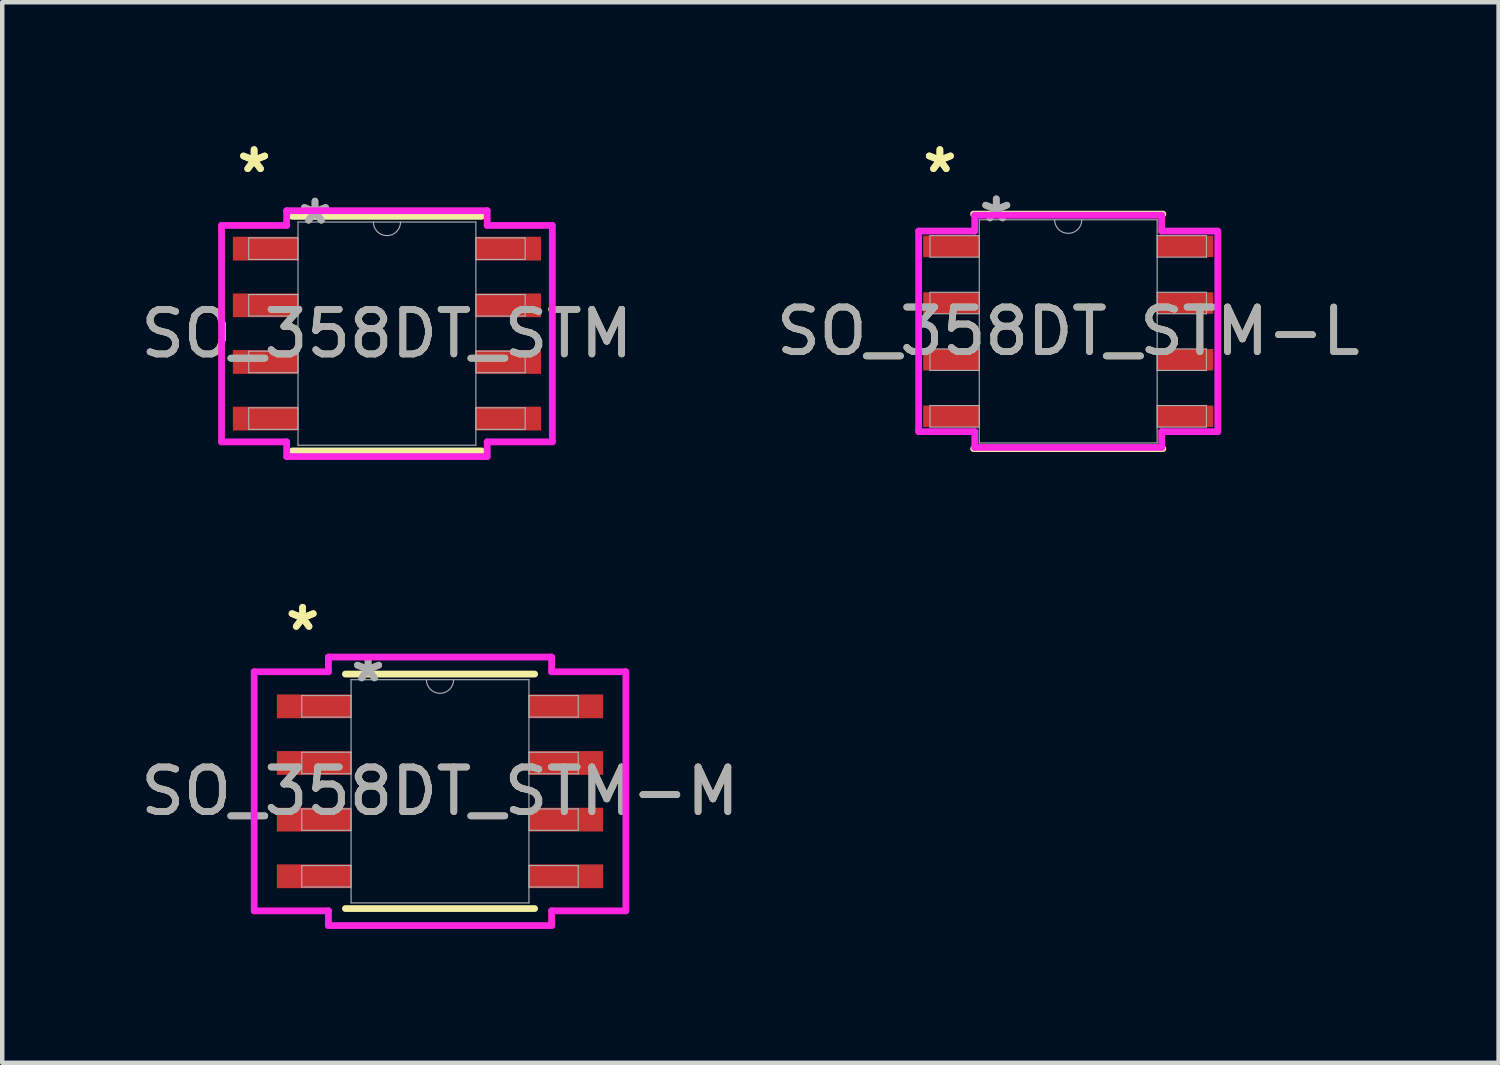
<source format=kicad_pcb>
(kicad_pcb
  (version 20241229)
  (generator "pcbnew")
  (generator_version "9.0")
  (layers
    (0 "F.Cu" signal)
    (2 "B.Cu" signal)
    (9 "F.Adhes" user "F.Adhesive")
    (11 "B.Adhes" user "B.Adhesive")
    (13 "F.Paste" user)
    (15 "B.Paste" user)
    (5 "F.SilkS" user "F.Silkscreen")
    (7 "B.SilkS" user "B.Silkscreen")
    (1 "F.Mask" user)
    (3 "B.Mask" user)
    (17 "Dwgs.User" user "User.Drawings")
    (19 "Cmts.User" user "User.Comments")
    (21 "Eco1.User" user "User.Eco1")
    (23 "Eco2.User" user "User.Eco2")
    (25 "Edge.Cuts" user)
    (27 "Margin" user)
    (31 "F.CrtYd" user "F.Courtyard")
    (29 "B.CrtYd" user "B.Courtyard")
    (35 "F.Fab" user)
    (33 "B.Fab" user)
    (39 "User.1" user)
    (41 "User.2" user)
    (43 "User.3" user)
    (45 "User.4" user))
  (footprint "SO_358DT_STM-M"
    (layer "F.Cu")
    (at 6.815 14.691)
    (property "Reference" "SO_358DT_STM-M" (at 0 0 0) (unlocked yes) (layer "F.SilkS") (effects (font (size 1 1) (thickness 0.15))))
    (attr smd)
    (fp_line (start -2.121 2.629) (end 2.121 2.629) (stroke (width 0.152) (type solid)) (layer "F.SilkS"))
    (fp_line (start 2.121 -2.629) (end -2.121 -2.629) (stroke (width 0.152) (type solid)) (layer "F.SilkS"))
    (fp_line (start -4.166 -2.68) (end -2.502 -2.68) (stroke (width 0.152) (type solid)) (layer "F.CrtYd"))
    (fp_line (start -4.166 2.68) (end -4.166 -2.68) (stroke (width 0.152) (type solid)) (layer "F.CrtYd"))
    (fp_line (start -4.166 2.68) (end -2.502 2.68) (stroke (width 0.152) (type solid)) (layer "F.CrtYd"))
    (fp_line (start -2.502 -3.01) (end 2.502 -3.01) (stroke (width 0.152) (type solid)) (layer "F.CrtYd"))
    (fp_line (start -2.502 -2.68) (end -2.502 -3.01) (stroke (width 0.152) (type solid)) (layer "F.CrtYd"))
    (fp_line (start -2.502 3.01) (end -2.502 2.68) (stroke (width 0.152) (type solid)) (layer "F.CrtYd"))
    (fp_line (start 2.502 -3.01) (end 2.502 -2.68) (stroke (width 0.152) (type solid)) (layer "F.CrtYd"))
    (fp_line (start 2.502 2.68) (end 2.502 3.01) (stroke (width 0.152) (type solid)) (layer "F.CrtYd"))
    (fp_line (start 2.502 3.01) (end -2.502 3.01) (stroke (width 0.152) (type solid)) (layer "F.CrtYd"))
    (fp_line (start 4.166 -2.68) (end 2.502 -2.68) (stroke (width 0.152) (type solid)) (layer "F.CrtYd"))
    (fp_line (start 4.166 -2.68) (end 4.166 2.68) (stroke (width 0.152) (type solid)) (layer "F.CrtYd"))
    (fp_line (start 4.166 2.68) (end 2.502 2.68) (stroke (width 0.152) (type solid)) (layer "F.CrtYd"))
    (fp_line (start -3.099 -2.146) (end -3.099 -1.664) (stroke (width 0.025) (type solid)) (layer "F.Fab"))
    (fp_line (start -3.099 -1.664) (end -1.994 -1.664) (stroke (width 0.025) (type solid)) (layer "F.Fab"))
    (fp_line (start -3.099 -0.876) (end -3.099 -0.394) (stroke (width 0.025) (type solid)) (layer "F.Fab"))
    (fp_line (start -3.099 -0.394) (end -1.994 -0.394) (stroke (width 0.025) (type solid)) (layer "F.Fab"))
    (fp_line (start -3.099 0.394) (end -3.099 0.876) (stroke (width 0.025) (type solid)) (layer "F.Fab"))
    (fp_line (start -3.099 0.876) (end -1.994 0.876) (stroke (width 0.025) (type solid)) (layer "F.Fab"))
    (fp_line (start -3.099 1.664) (end -3.099 2.146) (stroke (width 0.025) (type solid)) (layer "F.Fab"))
    (fp_line (start -3.099 2.146) (end -1.994 2.146) (stroke (width 0.025) (type solid)) (layer "F.Fab"))
    (fp_line (start -1.994 -2.502) (end -1.994 2.502) (stroke (width 0.025) (type solid)) (layer "F.Fab"))
    (fp_line (start -1.994 -2.146) (end -3.099 -2.146) (stroke (width 0.025) (type solid)) (layer "F.Fab"))
    (fp_line (start -1.994 -1.664) (end -1.994 -2.146) (stroke (width 0.025) (type solid)) (layer "F.Fab"))
    (fp_line (start -1.994 -0.876) (end -3.099 -0.876) (stroke (width 0.025) (type solid)) (layer "F.Fab"))
    (fp_line (start -1.994 -0.394) (end -1.994 -0.876) (stroke (width 0.025) (type solid)) (layer "F.Fab"))
    (fp_line (start -1.994 0.394) (end -3.099 0.394) (stroke (width 0.025) (type solid)) (layer "F.Fab"))
    (fp_line (start -1.994 0.876) (end -1.994 0.394) (stroke (width 0.025) (type solid)) (layer "F.Fab"))
    (fp_line (start -1.994 1.664) (end -3.099 1.664) (stroke (width 0.025) (type solid)) (layer "F.Fab"))
    (fp_line (start -1.994 2.146) (end -1.994 1.664) (stroke (width 0.025) (type solid)) (layer "F.Fab"))
    (fp_line (start -1.994 2.502) (end 1.994 2.502) (stroke (width 0.025) (type solid)) (layer "F.Fab"))
    (fp_line (start 1.994 -2.502) (end -1.994 -2.502) (stroke (width 0.025) (type solid)) (layer "F.Fab"))
    (fp_line (start 1.994 -2.146) (end 1.994 -1.664) (stroke (width 0.025) (type solid)) (layer "F.Fab"))
    (fp_line (start 1.994 -1.664) (end 3.099 -1.664) (stroke (width 0.025) (type solid)) (layer "F.Fab"))
    (fp_line (start 1.994 -0.876) (end 1.994 -0.394) (stroke (width 0.025) (type solid)) (layer "F.Fab"))
    (fp_line (start 1.994 -0.394) (end 3.099 -0.394) (stroke (width 0.025) (type solid)) (layer "F.Fab"))
    (fp_line (start 1.994 0.394) (end 1.994 0.876) (stroke (width 0.025) (type solid)) (layer "F.Fab"))
    (fp_line (start 1.994 0.876) (end 3.099 0.876) (stroke (width 0.025) (type solid)) (layer "F.Fab"))
    (fp_line (start 1.994 1.664) (end 1.994 2.146) (stroke (width 0.025) (type solid)) (layer "F.Fab"))
    (fp_line (start 1.994 2.146) (end 3.099 2.146) (stroke (width 0.025) (type solid)) (layer "F.Fab"))
    (fp_line (start 1.994 2.502) (end 1.994 -2.502) (stroke (width 0.025) (type solid)) (layer "F.Fab"))
    (fp_line (start 3.099 -2.146) (end 1.994 -2.146) (stroke (width 0.025) (type solid)) (layer "F.Fab"))
    (fp_line (start 3.099 -1.664) (end 3.099 -2.146) (stroke (width 0.025) (type solid)) (layer "F.Fab"))
    (fp_line (start 3.099 -0.876) (end 1.994 -0.876) (stroke (width 0.025) (type solid)) (layer "F.Fab"))
    (fp_line (start 3.099 -0.394) (end 3.099 -0.876) (stroke (width 0.025) (type solid)) (layer "F.Fab"))
    (fp_line (start 3.099 0.394) (end 1.994 0.394) (stroke (width 0.025) (type solid)) (layer "F.Fab"))
    (fp_line (start 3.099 0.876) (end 3.099 0.394) (stroke (width 0.025) (type solid)) (layer "F.Fab"))
    (fp_line (start 3.099 1.664) (end 1.994 1.664) (stroke (width 0.025) (type solid)) (layer "F.Fab"))
    (fp_line (start 3.099 2.146) (end 3.099 1.664) (stroke (width 0.025) (type solid)) (layer "F.Fab"))
    (fp_arc (start 0.3048 -2.5019) (mid 0 -2.1971) (end -0.3048 -2.5019) (stroke (width 0.0254) (type solid)) (layer "F.Fab"))
    (fp_text user "*" (at -3.08 -3.581 0) (unlocked yes) (layer "F.SilkS") (effects (font (size 1 1) (thickness 0.15))))
    (fp_text user "*" (at -3.08 -3.581 0) (layer "F.SilkS") (effects (font (size 1 1) (thickness 0.15))))
    (fp_text user "*" (at -1.613 -2.426 0) (layer "F.Fab") (effects (font (size 1 1) (thickness 0.15))))
    (fp_text user "*" (at -1.613 -2.426 0) (unlocked yes) (layer "F.Fab") (effects (font (size 1 1) (thickness 0.15))))
    (fp_text user "${REFERENCE}" (at 0 0 0) (unlocked yes) (layer "F.Fab") (effects (font (size 1 1) (thickness 0.15))))
    (pad "1" smd rect (at -2.826 -1.905) (size 1.664 0.533) (layers "F.Cu" "F.Mask" "F.Paste"))
    (pad "2" smd rect (at -2.826 -0.635) (size 1.664 0.533) (layers "F.Cu" "F.Mask" "F.Paste"))
    (pad "3" smd rect (at -2.826 0.635) (size 1.664 0.533) (layers "F.Cu" "F.Mask" "F.Paste"))
    (pad "4" smd rect (at -2.826 1.905) (size 1.664 0.533) (layers "F.Cu" "F.Mask" "F.Paste"))
    (pad "5" smd rect (at 2.826 1.905) (size 1.664 0.533) (layers "F.Cu" "F.Mask" "F.Paste"))
    (pad "6" smd rect (at 2.826 0.635) (size 1.664 0.533) (layers "F.Cu" "F.Mask" "F.Paste"))
    (pad "7" smd rect (at 2.826 -0.635) (size 1.664 0.533) (layers "F.Cu" "F.Mask" "F.Paste"))
    (pad "8" smd rect (at 2.826 -1.905) (size 1.664 0.533) (layers "F.Cu" "F.Mask" "F.Paste")))
  (footprint "SO_358DT_STM"
    (layer "F.Cu")
    (at 5.625 4.43)
    (property "Reference" "SO_358DT_STM" (at 0 0 0) (unlocked yes) (layer "F.SilkS") (effects (font (size 1 1) (thickness 0.15))))
    (attr smd)
    (fp_line (start -2.121 2.629) (end 2.121 2.629) (stroke (width 0.152) (type solid)) (layer "F.SilkS"))
    (fp_line (start 2.121 -2.629) (end -2.121 -2.629) (stroke (width 0.152) (type solid)) (layer "F.SilkS"))
    (fp_line (start -3.708 -2.426) (end -2.248 -2.426) (stroke (width 0.152) (type solid)) (layer "F.CrtYd"))
    (fp_line (start -3.708 2.426) (end -3.708 -2.426) (stroke (width 0.152) (type solid)) (layer "F.CrtYd"))
    (fp_line (start -3.708 2.426) (end -2.248 2.426) (stroke (width 0.152) (type solid)) (layer "F.CrtYd"))
    (fp_line (start -2.248 -2.756) (end 2.248 -2.756) (stroke (width 0.152) (type solid)) (layer "F.CrtYd"))
    (fp_line (start -2.248 -2.426) (end -2.248 -2.756) (stroke (width 0.152) (type solid)) (layer "F.CrtYd"))
    (fp_line (start -2.248 2.756) (end -2.248 2.426) (stroke (width 0.152) (type solid)) (layer "F.CrtYd"))
    (fp_line (start 2.248 -2.756) (end 2.248 -2.426) (stroke (width 0.152) (type solid)) (layer "F.CrtYd"))
    (fp_line (start 2.248 2.426) (end 2.248 2.756) (stroke (width 0.152) (type solid)) (layer "F.CrtYd"))
    (fp_line (start 2.248 2.756) (end -2.248 2.756) (stroke (width 0.152) (type solid)) (layer "F.CrtYd"))
    (fp_line (start 3.708 -2.426) (end 2.248 -2.426) (stroke (width 0.152) (type solid)) (layer "F.CrtYd"))
    (fp_line (start 3.708 -2.426) (end 3.708 2.426) (stroke (width 0.152) (type solid)) (layer "F.CrtYd"))
    (fp_line (start 3.708 2.426) (end 2.248 2.426) (stroke (width 0.152) (type solid)) (layer "F.CrtYd"))
    (fp_line (start -3.099 -2.146) (end -3.099 -1.664) (stroke (width 0.025) (type solid)) (layer "F.Fab"))
    (fp_line (start -3.099 -1.664) (end -1.994 -1.664) (stroke (width 0.025) (type solid)) (layer "F.Fab"))
    (fp_line (start -3.099 -0.876) (end -3.099 -0.394) (stroke (width 0.025) (type solid)) (layer "F.Fab"))
    (fp_line (start -3.099 -0.394) (end -1.994 -0.394) (stroke (width 0.025) (type solid)) (layer "F.Fab"))
    (fp_line (start -3.099 0.394) (end -3.099 0.876) (stroke (width 0.025) (type solid)) (layer "F.Fab"))
    (fp_line (start -3.099 0.876) (end -1.994 0.876) (stroke (width 0.025) (type solid)) (layer "F.Fab"))
    (fp_line (start -3.099 1.664) (end -3.099 2.146) (stroke (width 0.025) (type solid)) (layer "F.Fab"))
    (fp_line (start -3.099 2.146) (end -1.994 2.146) (stroke (width 0.025) (type solid)) (layer "F.Fab"))
    (fp_line (start -1.994 -2.502) (end -1.994 2.502) (stroke (width 0.025) (type solid)) (layer "F.Fab"))
    (fp_line (start -1.994 -2.146) (end -3.099 -2.146) (stroke (width 0.025) (type solid)) (layer "F.Fab"))
    (fp_line (start -1.994 -1.664) (end -1.994 -2.146) (stroke (width 0.025) (type solid)) (layer "F.Fab"))
    (fp_line (start -1.994 -0.876) (end -3.099 -0.876) (stroke (width 0.025) (type solid)) (layer "F.Fab"))
    (fp_line (start -1.994 -0.394) (end -1.994 -0.876) (stroke (width 0.025) (type solid)) (layer "F.Fab"))
    (fp_line (start -1.994 0.394) (end -3.099 0.394) (stroke (width 0.025) (type solid)) (layer "F.Fab"))
    (fp_line (start -1.994 0.876) (end -1.994 0.394) (stroke (width 0.025) (type solid)) (layer "F.Fab"))
    (fp_line (start -1.994 1.664) (end -3.099 1.664) (stroke (width 0.025) (type solid)) (layer "F.Fab"))
    (fp_line (start -1.994 2.146) (end -1.994 1.664) (stroke (width 0.025) (type solid)) (layer "F.Fab"))
    (fp_line (start -1.994 2.502) (end 1.994 2.502) (stroke (width 0.025) (type solid)) (layer "F.Fab"))
    (fp_line (start 1.994 -2.502) (end -1.994 -2.502) (stroke (width 0.025) (type solid)) (layer "F.Fab"))
    (fp_line (start 1.994 -2.146) (end 1.994 -1.664) (stroke (width 0.025) (type solid)) (layer "F.Fab"))
    (fp_line (start 1.994 -1.664) (end 3.099 -1.664) (stroke (width 0.025) (type solid)) (layer "F.Fab"))
    (fp_line (start 1.994 -0.876) (end 1.994 -0.394) (stroke (width 0.025) (type solid)) (layer "F.Fab"))
    (fp_line (start 1.994 -0.394) (end 3.099 -0.394) (stroke (width 0.025) (type solid)) (layer "F.Fab"))
    (fp_line (start 1.994 0.394) (end 1.994 0.876) (stroke (width 0.025) (type solid)) (layer "F.Fab"))
    (fp_line (start 1.994 0.876) (end 3.099 0.876) (stroke (width 0.025) (type solid)) (layer "F.Fab"))
    (fp_line (start 1.994 1.664) (end 1.994 2.146) (stroke (width 0.025) (type solid)) (layer "F.Fab"))
    (fp_line (start 1.994 2.146) (end 3.099 2.146) (stroke (width 0.025) (type solid)) (layer "F.Fab"))
    (fp_line (start 1.994 2.502) (end 1.994 -2.502) (stroke (width 0.025) (type solid)) (layer "F.Fab"))
    (fp_line (start 3.099 -2.146) (end 1.994 -2.146) (stroke (width 0.025) (type solid)) (layer "F.Fab"))
    (fp_line (start 3.099 -1.664) (end 3.099 -2.146) (stroke (width 0.025) (type solid)) (layer "F.Fab"))
    (fp_line (start 3.099 -0.876) (end 1.994 -0.876) (stroke (width 0.025) (type solid)) (layer "F.Fab"))
    (fp_line (start 3.099 -0.394) (end 3.099 -0.876) (stroke (width 0.025) (type solid)) (layer "F.Fab"))
    (fp_line (start 3.099 0.394) (end 1.994 0.394) (stroke (width 0.025) (type solid)) (layer "F.Fab"))
    (fp_line (start 3.099 0.876) (end 3.099 0.394) (stroke (width 0.025) (type solid)) (layer "F.Fab"))
    (fp_line (start 3.099 1.664) (end 1.994 1.664) (stroke (width 0.025) (type solid)) (layer "F.Fab"))
    (fp_line (start 3.099 2.146) (end 3.099 1.664) (stroke (width 0.025) (type solid)) (layer "F.Fab"))
    (fp_arc (start 0.3048 -2.5019) (mid 0 -2.1971) (end -0.3048 -2.5019) (stroke (width 0.0254) (type solid)) (layer "F.Fab"))
    (fp_text user "*" (at -2.978 -3.581 0) (unlocked yes) (layer "F.SilkS") (effects (font (size 1 1) (thickness 0.15))))
    (fp_text user "*" (at -2.978 -3.581 0) (layer "F.SilkS") (effects (font (size 1 1) (thickness 0.15))))
    (fp_text user "*" (at -1.613 -2.426 0) (unlocked yes) (layer "F.Fab") (effects (font (size 1 1) (thickness 0.15))))
    (fp_text user "${REFERENCE}" (at 0 0 0) (unlocked yes) (layer "F.Fab") (effects (font (size 1 1) (thickness 0.15))))
    (fp_text user "*" (at -1.613 -2.426 0) (layer "F.Fab") (effects (font (size 1 1) (thickness 0.15))))
    (pad "1" smd rect (at -2.724 -1.905) (size 1.46 0.533) (layers "F.Cu" "F.Mask" "F.Paste"))
    (pad "2" smd rect (at -2.724 -0.635) (size 1.46 0.533) (layers "F.Cu" "F.Mask" "F.Paste"))
    (pad "3" smd rect (at -2.724 0.635) (size 1.46 0.533) (layers "F.Cu" "F.Mask" "F.Paste"))
    (pad "4" smd rect (at -2.724 1.905) (size 1.46 0.533) (layers "F.Cu" "F.Mask" "F.Paste"))
    (pad "5" smd rect (at 2.724 1.905) (size 1.46 0.533) (layers "F.Cu" "F.Mask" "F.Paste"))
    (pad "6" smd rect (at 2.724 0.635) (size 1.46 0.533) (layers "F.Cu" "F.Mask" "F.Paste"))
    (pad "7" smd rect (at 2.724 -0.635) (size 1.46 0.533) (layers "F.Cu" "F.Mask" "F.Paste"))
    (pad "8" smd rect (at 2.724 -1.905) (size 1.46 0.533) (layers "F.Cu" "F.Mask" "F.Paste")))
  (footprint "SO_358DT_STM-L"
    (layer "F.Cu")
    (at 20.899 4.379)
    (property "Reference" "SO_358DT_STM-L" (at 0 0 0) (unlocked yes) (layer "F.SilkS") (effects (font (size 1 1) (thickness 0.15))))
    (attr smd)
    (fp_line (start -2.121 2.629) (end 2.121 2.629) (stroke (width 0.152) (type solid)) (layer "F.SilkS"))
    (fp_line (start 2.121 -2.629) (end -2.121 -2.629) (stroke (width 0.152) (type solid)) (layer "F.SilkS"))
    (fp_line (start -3.353 -2.248) (end -2.095 -2.248) (stroke (width 0.152) (type solid)) (layer "F.CrtYd"))
    (fp_line (start -3.353 2.248) (end -3.353 -2.248) (stroke (width 0.152) (type solid)) (layer "F.CrtYd"))
    (fp_line (start -3.353 2.248) (end -2.095 2.248) (stroke (width 0.152) (type solid)) (layer "F.CrtYd"))
    (fp_line (start -2.095 -2.603) (end 2.095 -2.603) (stroke (width 0.152) (type solid)) (layer "F.CrtYd"))
    (fp_line (start -2.095 -2.248) (end -2.095 -2.603) (stroke (width 0.152) (type solid)) (layer "F.CrtYd"))
    (fp_line (start -2.095 2.603) (end -2.095 2.248) (stroke (width 0.152) (type solid)) (layer "F.CrtYd"))
    (fp_line (start 2.095 -2.603) (end 2.095 -2.248) (stroke (width 0.152) (type solid)) (layer "F.CrtYd"))
    (fp_line (start 2.095 2.248) (end 2.095 2.603) (stroke (width 0.152) (type solid)) (layer "F.CrtYd"))
    (fp_line (start 2.095 2.603) (end -2.095 2.603) (stroke (width 0.152) (type solid)) (layer "F.CrtYd"))
    (fp_line (start 3.353 -2.248) (end 2.095 -2.248) (stroke (width 0.152) (type solid)) (layer "F.CrtYd"))
    (fp_line (start 3.353 -2.248) (end 3.353 2.248) (stroke (width 0.152) (type solid)) (layer "F.CrtYd"))
    (fp_line (start 3.353 2.248) (end 2.095 2.248) (stroke (width 0.152) (type solid)) (layer "F.CrtYd"))
    (fp_line (start -3.099 -2.146) (end -3.099 -1.664) (stroke (width 0.025) (type solid)) (layer "F.Fab"))
    (fp_line (start -3.099 -1.664) (end -1.994 -1.664) (stroke (width 0.025) (type solid)) (layer "F.Fab"))
    (fp_line (start -3.099 -0.876) (end -3.099 -0.394) (stroke (width 0.025) (type solid)) (layer "F.Fab"))
    (fp_line (start -3.099 -0.394) (end -1.994 -0.394) (stroke (width 0.025) (type solid)) (layer "F.Fab"))
    (fp_line (start -3.099 0.394) (end -3.099 0.876) (stroke (width 0.025) (type solid)) (layer "F.Fab"))
    (fp_line (start -3.099 0.876) (end -1.994 0.876) (stroke (width 0.025) (type solid)) (layer "F.Fab"))
    (fp_line (start -3.099 1.664) (end -3.099 2.146) (stroke (width 0.025) (type solid)) (layer "F.Fab"))
    (fp_line (start -3.099 2.146) (end -1.994 2.146) (stroke (width 0.025) (type solid)) (layer "F.Fab"))
    (fp_line (start -1.994 -2.502) (end -1.994 2.502) (stroke (width 0.025) (type solid)) (layer "F.Fab"))
    (fp_line (start -1.994 -2.146) (end -3.099 -2.146) (stroke (width 0.025) (type solid)) (layer "F.Fab"))
    (fp_line (start -1.994 -1.664) (end -1.994 -2.146) (stroke (width 0.025) (type solid)) (layer "F.Fab"))
    (fp_line (start -1.994 -0.876) (end -3.099 -0.876) (stroke (width 0.025) (type solid)) (layer "F.Fab"))
    (fp_line (start -1.994 -0.394) (end -1.994 -0.876) (stroke (width 0.025) (type solid)) (layer "F.Fab"))
    (fp_line (start -1.994 0.394) (end -3.099 0.394) (stroke (width 0.025) (type solid)) (layer "F.Fab"))
    (fp_line (start -1.994 0.876) (end -1.994 0.394) (stroke (width 0.025) (type solid)) (layer "F.Fab"))
    (fp_line (start -1.994 1.664) (end -3.099 1.664) (stroke (width 0.025) (type solid)) (layer "F.Fab"))
    (fp_line (start -1.994 2.146) (end -1.994 1.664) (stroke (width 0.025) (type solid)) (layer "F.Fab"))
    (fp_line (start -1.994 2.502) (end 1.994 2.502) (stroke (width 0.025) (type solid)) (layer "F.Fab"))
    (fp_line (start 1.994 -2.502) (end -1.994 -2.502) (stroke (width 0.025) (type solid)) (layer "F.Fab"))
    (fp_line (start 1.994 -2.146) (end 1.994 -1.664) (stroke (width 0.025) (type solid)) (layer "F.Fab"))
    (fp_line (start 1.994 -1.664) (end 3.099 -1.664) (stroke (width 0.025) (type solid)) (layer "F.Fab"))
    (fp_line (start 1.994 -0.876) (end 1.994 -0.394) (stroke (width 0.025) (type solid)) (layer "F.Fab"))
    (fp_line (start 1.994 -0.394) (end 3.099 -0.394) (stroke (width 0.025) (type solid)) (layer "F.Fab"))
    (fp_line (start 1.994 0.394) (end 1.994 0.876) (stroke (width 0.025) (type solid)) (layer "F.Fab"))
    (fp_line (start 1.994 0.876) (end 3.099 0.876) (stroke (width 0.025) (type solid)) (layer "F.Fab"))
    (fp_line (start 1.994 1.664) (end 1.994 2.146) (stroke (width 0.025) (type solid)) (layer "F.Fab"))
    (fp_line (start 1.994 2.146) (end 3.099 2.146) (stroke (width 0.025) (type solid)) (layer "F.Fab"))
    (fp_line (start 1.994 2.502) (end 1.994 -2.502) (stroke (width 0.025) (type solid)) (layer "F.Fab"))
    (fp_line (start 3.099 -2.146) (end 1.994 -2.146) (stroke (width 0.025) (type solid)) (layer "F.Fab"))
    (fp_line (start 3.099 -1.664) (end 3.099 -2.146) (stroke (width 0.025) (type solid)) (layer "F.Fab"))
    (fp_line (start 3.099 -0.876) (end 1.994 -0.876) (stroke (width 0.025) (type solid)) (layer "F.Fab"))
    (fp_line (start 3.099 -0.394) (end 3.099 -0.876) (stroke (width 0.025) (type solid)) (layer "F.Fab"))
    (fp_line (start 3.099 0.394) (end 1.994 0.394) (stroke (width 0.025) (type solid)) (layer "F.Fab"))
    (fp_line (start 3.099 0.876) (end 3.099 0.394) (stroke (width 0.025) (type solid)) (layer "F.Fab"))
    (fp_line (start 3.099 1.664) (end 1.994 1.664) (stroke (width 0.025) (type solid)) (layer "F.Fab"))
    (fp_line (start 3.099 2.146) (end 3.099 1.664) (stroke (width 0.025) (type solid)) (layer "F.Fab"))
    (fp_arc (start 0.3048 -2.5019) (mid 0 -2.1971) (end -0.3048 -2.5019) (stroke (width 0.0254) (type solid)) (layer "F.Fab"))
    (fp_text user "*" (at -2.877 -3.531 0) (unlocked yes) (layer "F.SilkS") (effects (font (size 1 1) (thickness 0.15))))
    (fp_text user "*" (at -2.877 -3.531 0) (layer "F.SilkS") (effects (font (size 1 1) (thickness 0.15))))
    (fp_text user "*" (at -1.613 -2.426 0) (unlocked yes) (layer "F.Fab") (effects (font (size 1 1) (thickness 0.15))))
    (fp_text user "${REFERENCE}" (at 0 0 0) (unlocked yes) (layer "F.Fab") (effects (font (size 1 1) (thickness 0.15))))
    (fp_text user "*" (at -1.613 -2.426 0) (layer "F.Fab") (effects (font (size 1 1) (thickness 0.15))))
    (pad "1" smd rect (at -2.623 -1.905) (size 1.257 0.483) (layers "F.Cu" "F.Mask" "F.Paste"))
    (pad "2" smd rect (at -2.623 -0.635) (size 1.257 0.483) (layers "F.Cu" "F.Mask" "F.Paste"))
    (pad "3" smd rect (at -2.623 0.635) (size 1.257 0.483) (layers "F.Cu" "F.Mask" "F.Paste"))
    (pad "4" smd rect (at -2.623 1.905) (size 1.257 0.483) (layers "F.Cu" "F.Mask" "F.Paste"))
    (pad "5" smd rect (at 2.623 1.905) (size 1.257 0.483) (layers "F.Cu" "F.Mask" "F.Paste"))
    (pad "6" smd rect (at 2.623 0.635) (size 1.257 0.483) (layers "F.Cu" "F.Mask" "F.Paste"))
    (pad "7" smd rect (at 2.623 -0.635) (size 1.257 0.483) (layers "F.Cu" "F.Mask" "F.Paste"))
    (pad "8" smd rect (at 2.623 -1.905) (size 1.257 0.483) (layers "F.Cu" "F.Mask" "F.Paste")))
  (gr_rect
    (start -3 -3)
    (end 30.548 20.777)
    (stroke (width 0.1) (type default))
    (fill no)
    (layer "Edge.Cuts")))
</source>
